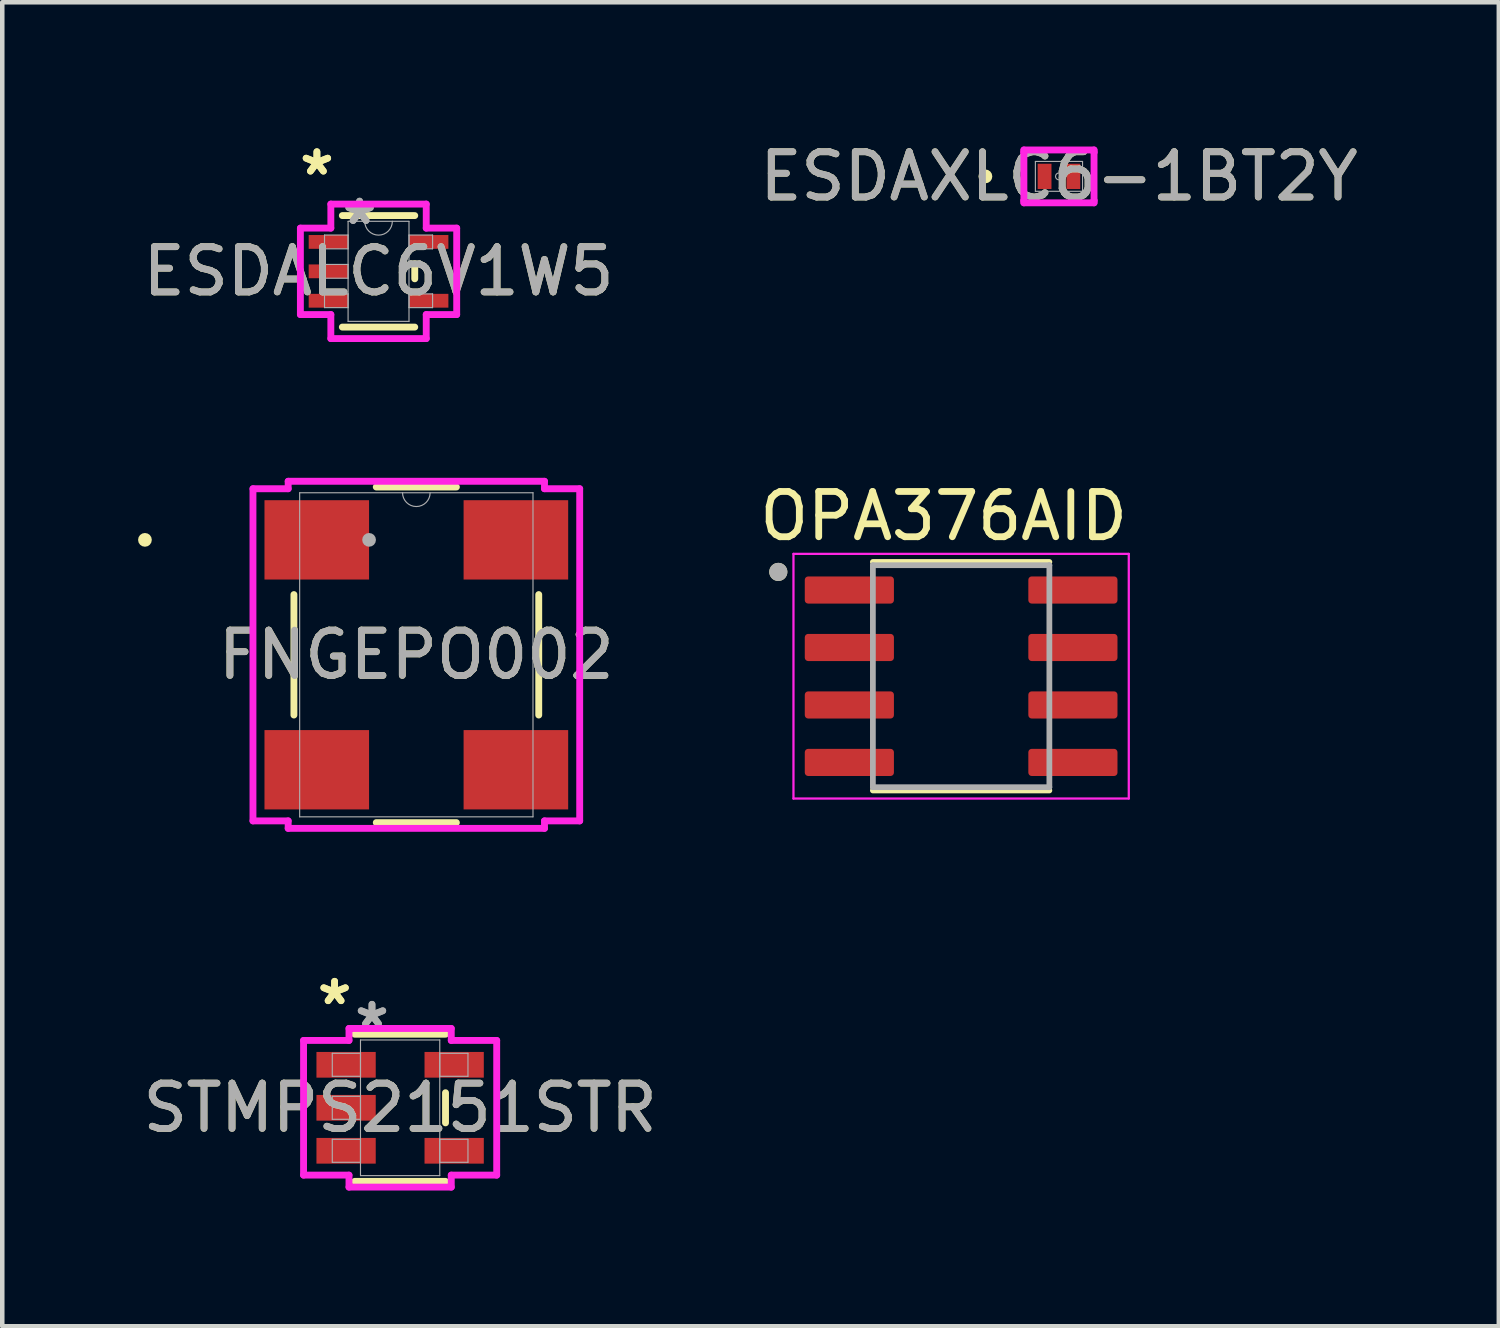
<source format=kicad_pcb>
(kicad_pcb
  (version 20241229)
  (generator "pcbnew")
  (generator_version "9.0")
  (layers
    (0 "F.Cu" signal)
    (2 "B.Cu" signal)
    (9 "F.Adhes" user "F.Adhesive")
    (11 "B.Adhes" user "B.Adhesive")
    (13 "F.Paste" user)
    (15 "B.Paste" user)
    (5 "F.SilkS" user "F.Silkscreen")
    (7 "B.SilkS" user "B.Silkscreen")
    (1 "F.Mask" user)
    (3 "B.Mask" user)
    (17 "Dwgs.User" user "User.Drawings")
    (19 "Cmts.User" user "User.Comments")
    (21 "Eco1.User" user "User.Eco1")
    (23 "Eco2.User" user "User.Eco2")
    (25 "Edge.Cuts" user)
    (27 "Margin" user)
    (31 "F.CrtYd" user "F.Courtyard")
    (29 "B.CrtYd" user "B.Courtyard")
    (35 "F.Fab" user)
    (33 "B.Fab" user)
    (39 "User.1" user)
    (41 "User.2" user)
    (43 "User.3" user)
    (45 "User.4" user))
  (footprint "OPA376AID"
    (layer "F.Cu")
    (at 18.189 11.893)
    (property "Reference" "OPA376AID" (at -0.385 -3.537 0) (layer "F.SilkS") (effects (font (size 1 1) (thickness 0.15))))
    (attr smd)
    (fp_line (start -1.95 -2.525) (end 1.95 -2.525) (stroke (width 0.127) (type solid)) (layer "F.SilkS"))
    (fp_line (start -1.95 2.525) (end 1.95 2.525) (stroke (width 0.127) (type solid)) (layer "F.SilkS"))
    (fp_circle (center -4.04 -2.305) (end -3.94 -2.305) (stroke (width 0.2) (type solid)) (fill no) (layer "F.SilkS"))
    (fp_line (start -3.705 -2.703) (end -3.705 2.703) (stroke (width 0.05) (type solid)) (layer "F.CrtYd"))
    (fp_line (start -3.705 -2.703) (end 3.705 -2.703) (stroke (width 0.05) (type solid)) (layer "F.CrtYd"))
    (fp_line (start -3.705 2.703) (end 3.705 2.703) (stroke (width 0.05) (type solid)) (layer "F.CrtYd"))
    (fp_line (start 3.705 -2.703) (end 3.705 2.703) (stroke (width 0.05) (type solid)) (layer "F.CrtYd"))
    (fp_line (start -1.95 -2.453) (end -1.95 2.453) (stroke (width 0.127) (type solid)) (layer "F.Fab"))
    (fp_line (start -1.95 -2.453) (end 1.95 -2.453) (stroke (width 0.127) (type solid)) (layer "F.Fab"))
    (fp_line (start -1.95 2.453) (end 1.95 2.453) (stroke (width 0.127) (type solid)) (layer "F.Fab"))
    (fp_line (start 1.95 -2.453) (end 1.95 2.453) (stroke (width 0.127) (type solid)) (layer "F.Fab"))
    (fp_circle (center -4.04 -2.305) (end -3.94 -2.305) (stroke (width 0.2) (type solid)) (fill no) (layer "F.Fab"))
    (pad "1" smd roundrect (at -2.47 -1.905) (size 1.97 0.6) (layers "F.Cu" "F.Mask" "F.Paste") (roundrect_rratio 0.125))
    (pad "2" smd roundrect (at -2.47 -0.635) (size 1.97 0.6) (layers "F.Cu" "F.Mask" "F.Paste") (roundrect_rratio 0.125))
    (pad "3" smd roundrect (at -2.47 0.635) (size 1.97 0.6) (layers "F.Cu" "F.Mask" "F.Paste") (roundrect_rratio 0.125))
    (pad "4" smd roundrect (at -2.47 1.905) (size 1.97 0.6) (layers "F.Cu" "F.Mask" "F.Paste") (roundrect_rratio 0.125))
    (pad "5" smd roundrect (at 2.47 1.905) (size 1.97 0.6) (layers "F.Cu" "F.Mask" "F.Paste") (roundrect_rratio 0.125))
    (pad "6" smd roundrect (at 2.47 0.635) (size 1.97 0.6) (layers "F.Cu" "F.Mask" "F.Paste") (roundrect_rratio 0.125))
    (pad "7" smd roundrect (at 2.47 -0.635) (size 1.97 0.6) (layers "F.Cu" "F.Mask" "F.Paste") (roundrect_rratio 0.125))
    (pad "8" smd roundrect (at 2.47 -1.905) (size 1.97 0.6) (layers "F.Cu" "F.Mask" "F.Paste") (roundrect_rratio 0.125)))
  (footprint "ESDALC6V1W5"
    (layer "F.Cu")
    (at 5.315 2.946)
    (property "Reference" "ESDALC6V1W5" (at 0 0 0) (unlocked yes) (layer "F.SilkS") (effects (font (size 1 1) (thickness 0.15))))
    (attr smd)
    (fp_line (start -0.8 1.232) (end 0.8 1.232) (stroke (width 0.152) (type solid)) (layer "F.SilkS"))
    (fp_line (start 0.8 -1.232) (end -0.8 -1.232) (stroke (width 0.152) (type solid)) (layer "F.SilkS"))
    (fp_line (start 0.8 0.165) (end 0.8 -0.165) (stroke (width 0.152) (type solid)) (layer "F.SilkS"))
    (fp_line (start -1.727 -0.955) (end -1.054 -0.955) (stroke (width 0.152) (type solid)) (layer "F.CrtYd"))
    (fp_line (start -1.727 0.955) (end -1.727 -0.955) (stroke (width 0.152) (type solid)) (layer "F.CrtYd"))
    (fp_line (start -1.054 -1.486) (end 1.054 -1.486) (stroke (width 0.152) (type solid)) (layer "F.CrtYd"))
    (fp_line (start -1.054 -0.955) (end -1.054 -1.486) (stroke (width 0.152) (type solid)) (layer "F.CrtYd"))
    (fp_line (start -1.054 0.955) (end -1.727 0.955) (stroke (width 0.152) (type solid)) (layer "F.CrtYd"))
    (fp_line (start -1.054 1.486) (end -1.054 0.955) (stroke (width 0.152) (type solid)) (layer "F.CrtYd"))
    (fp_line (start 1.054 -1.486) (end 1.054 -0.955) (stroke (width 0.152) (type solid)) (layer "F.CrtYd"))
    (fp_line (start 1.054 -0.955) (end 1.727 -0.955) (stroke (width 0.152) (type solid)) (layer "F.CrtYd"))
    (fp_line (start 1.054 0.955) (end 1.054 1.486) (stroke (width 0.152) (type solid)) (layer "F.CrtYd"))
    (fp_line (start 1.054 1.486) (end -1.054 1.486) (stroke (width 0.152) (type solid)) (layer "F.CrtYd"))
    (fp_line (start 1.727 -0.955) (end 1.727 0.955) (stroke (width 0.152) (type solid)) (layer "F.CrtYd"))
    (fp_line (start 1.727 0.955) (end 1.054 0.955) (stroke (width 0.152) (type solid)) (layer "F.CrtYd"))
    (fp_line (start -1.194 -0.802) (end -1.194 -0.498) (stroke (width 0.025) (type solid)) (layer "F.Fab"))
    (fp_line (start -1.194 -0.498) (end -0.673 -0.498) (stroke (width 0.025) (type solid)) (layer "F.Fab"))
    (fp_line (start -1.194 -0.152) (end -1.194 0.152) (stroke (width 0.025) (type solid)) (layer "F.Fab"))
    (fp_line (start -1.194 0.152) (end -0.673 0.152) (stroke (width 0.025) (type solid)) (layer "F.Fab"))
    (fp_line (start -1.194 0.498) (end -1.194 0.802) (stroke (width 0.025) (type solid)) (layer "F.Fab"))
    (fp_line (start -1.194 0.802) (end -0.673 0.802) (stroke (width 0.025) (type solid)) (layer "F.Fab"))
    (fp_line (start -0.673 -1.105) (end -0.673 1.105) (stroke (width 0.025) (type solid)) (layer "F.Fab"))
    (fp_line (start -0.673 -0.802) (end -1.194 -0.802) (stroke (width 0.025) (type solid)) (layer "F.Fab"))
    (fp_line (start -0.673 -0.498) (end -0.673 -0.802) (stroke (width 0.025) (type solid)) (layer "F.Fab"))
    (fp_line (start -0.673 -0.152) (end -1.194 -0.152) (stroke (width 0.025) (type solid)) (layer "F.Fab"))
    (fp_line (start -0.673 0.152) (end -0.673 -0.152) (stroke (width 0.025) (type solid)) (layer "F.Fab"))
    (fp_line (start -0.673 0.498) (end -1.194 0.498) (stroke (width 0.025) (type solid)) (layer "F.Fab"))
    (fp_line (start -0.673 0.802) (end -0.673 0.498) (stroke (width 0.025) (type solid)) (layer "F.Fab"))
    (fp_line (start -0.673 1.105) (end 0.673 1.105) (stroke (width 0.025) (type solid)) (layer "F.Fab"))
    (fp_line (start 0.673 -1.105) (end -0.673 -1.105) (stroke (width 0.025) (type solid)) (layer "F.Fab"))
    (fp_line (start 0.673 -0.802) (end 0.673 -0.498) (stroke (width 0.025) (type solid)) (layer "F.Fab"))
    (fp_line (start 0.673 -0.498) (end 1.194 -0.498) (stroke (width 0.025) (type solid)) (layer "F.Fab"))
    (fp_line (start 0.673 0.498) (end 0.673 0.802) (stroke (width 0.025) (type solid)) (layer "F.Fab"))
    (fp_line (start 0.673 0.802) (end 1.194 0.802) (stroke (width 0.025) (type solid)) (layer "F.Fab"))
    (fp_line (start 0.673 1.105) (end 0.673 -1.105) (stroke (width 0.025) (type solid)) (layer "F.Fab"))
    (fp_line (start 1.194 -0.802) (end 0.673 -0.802) (stroke (width 0.025) (type solid)) (layer "F.Fab"))
    (fp_line (start 1.194 -0.498) (end 1.194 -0.802) (stroke (width 0.025) (type solid)) (layer "F.Fab"))
    (fp_line (start 1.194 0.498) (end 0.673 0.498) (stroke (width 0.025) (type solid)) (layer "F.Fab"))
    (fp_line (start 1.194 0.802) (end 1.194 0.498) (stroke (width 0.025) (type solid)) (layer "F.Fab"))
    (fp_arc (start 0.3048 -1.1049) (mid 0 -0.8001) (end -0.3048 -1.1049) (stroke (width 0.0254) (type solid)) (layer "F.Fab"))
    (fp_text user "*" (at -1.362 -2.098 0) (layer "F.SilkS") (effects (font (size 1 1) (thickness 0.15))))
    (fp_text user "*" (at -1.362 -2.098 0) (unlocked yes) (layer "F.SilkS") (effects (font (size 1 1) (thickness 0.15))))
    (fp_text user "${REFERENCE}" (at 0 0 0) (unlocked yes) (layer "F.Fab") (effects (font (size 1 1) (thickness 0.15))))
    (fp_text user "*" (at -0.419 -1.006 0) (layer "F.Fab") (effects (font (size 1 1) (thickness 0.15))))
    (fp_text user "*" (at -0.419 -1.006 0) (unlocked yes) (layer "F.Fab") (effects (font (size 1 1) (thickness 0.15))))
    (pad "1" smd rect (at -1.108 -0.65) (size 0.871 0.305) (layers "F.Cu" "F.Mask" "F.Paste"))
    (pad "2" smd rect (at -1.108 0) (size 0.871 0.305) (layers "F.Cu" "F.Mask" "F.Paste"))
    (pad "3" smd rect (at -1.108 0.65) (size 0.871 0.305) (layers "F.Cu" "F.Mask" "F.Paste"))
    (pad "4" smd rect (at 1.108 0.65) (size 0.871 0.305) (layers "F.Cu" "F.Mask" "F.Paste"))
    (pad "5" smd rect (at 1.108 -0.65) (size 0.871 0.305) (layers "F.Cu" "F.Mask" "F.Paste")))
  (footprint "ESDAXLC6-1BT2Y"
    (layer "F.Cu")
    (at 20.351 0.848)
    (property "Reference" "ESDAXLC6-1BT2Y" (at 0 0 0) (unlocked yes) (layer "F.SilkS") (effects (font (size 1 1) (thickness 0.15))))
    (attr smd)
    (fp_circle (center -1.626 0) (end -1.549 0) (stroke (width 0.152) (type solid)) (fill no) (layer "F.SilkS"))
    (fp_line (start -0.775 -0.584) (end 0.775 -0.584) (stroke (width 0.152) (type solid)) (layer "F.CrtYd"))
    (fp_line (start -0.775 -0.533) (end -0.775 -0.584) (stroke (width 0.152) (type solid)) (layer "F.CrtYd"))
    (fp_line (start -0.775 -0.533) (end -0.775 -0.533) (stroke (width 0.152) (type solid)) (layer "F.CrtYd"))
    (fp_line (start -0.775 0.533) (end -0.775 -0.533) (stroke (width 0.152) (type solid)) (layer "F.CrtYd"))
    (fp_line (start -0.775 0.533) (end -0.775 0.533) (stroke (width 0.152) (type solid)) (layer "F.CrtYd"))
    (fp_line (start -0.775 0.584) (end -0.775 0.533) (stroke (width 0.152) (type solid)) (layer "F.CrtYd"))
    (fp_line (start 0.775 -0.584) (end 0.775 -0.533) (stroke (width 0.152) (type solid)) (layer "F.CrtYd"))
    (fp_line (start 0.775 -0.533) (end 0.775 -0.533) (stroke (width 0.152) (type solid)) (layer "F.CrtYd"))
    (fp_line (start 0.775 -0.533) (end 0.775 0.533) (stroke (width 0.152) (type solid)) (layer "F.CrtYd"))
    (fp_line (start 0.775 0.533) (end 0.775 0.533) (stroke (width 0.152) (type solid)) (layer "F.CrtYd"))
    (fp_line (start 0.775 0.533) (end 0.775 0.584) (stroke (width 0.152) (type solid)) (layer "F.CrtYd"))
    (fp_line (start 0.775 0.584) (end -0.775 0.584) (stroke (width 0.152) (type solid)) (layer "F.CrtYd"))
    (fp_line (start -0.521 -0.33) (end -0.521 0.33) (stroke (width 0.025) (type solid)) (layer "F.Fab"))
    (fp_line (start -0.521 0.33) (end 0.521 0.33) (stroke (width 0.025) (type solid)) (layer "F.Fab"))
    (fp_line (start 0.521 -0.33) (end -0.521 -0.33) (stroke (width 0.025) (type solid)) (layer "F.Fab"))
    (fp_line (start 0.521 0.33) (end 0.521 -0.33) (stroke (width 0.025) (type solid)) (layer "F.Fab"))
    (fp_circle (center 0 0) (end 0.076 0) (stroke (width 0.025) (type solid)) (fill no) (layer "F.Fab"))
    (fp_text user "${REFERENCE}" (at 0 0 0) (unlocked yes) (layer "F.Fab") (effects (font (size 1 1) (thickness 0.15))))
    (pad "1" smd rect (at -0.318 0) (size 0.305 0.559) (layers "F.Cu" "F.Mask" "F.Paste"))
    (pad "2" smd rect (at 0.318 0) (size 0.305 0.559) (layers "F.Cu" "F.Mask" "F.Paste")))
  (footprint "FNGEPO002"
    (layer "F.Cu")
    (at 6.15 11.42)
    (property "Reference" "FNGEPO002" (at 0 0 0) (unlocked yes) (layer "F.SilkS") (effects (font (size 1 1) (thickness 0.15))))
    (attr smd)
    (fp_line (start -2.705 -1.331) (end -2.705 1.331) (stroke (width 0.152) (type solid)) (layer "F.SilkS"))
    (fp_line (start -0.885 3.708) (end 0.885 3.708) (stroke (width 0.152) (type solid)) (layer "F.SilkS"))
    (fp_line (start 0.885 -3.708) (end -0.885 -3.708) (stroke (width 0.152) (type solid)) (layer "F.SilkS"))
    (fp_line (start 2.705 1.331) (end 2.705 -1.331) (stroke (width 0.152) (type solid)) (layer "F.SilkS"))
    (fp_circle (center -5.997 -2.54) (end -5.921 -2.54) (stroke (width 0.152) (type solid)) (fill no) (layer "F.SilkS"))
    (fp_line (start -3.61 -3.67) (end -2.832 -3.67) (stroke (width 0.152) (type solid)) (layer "F.CrtYd"))
    (fp_line (start -3.61 3.67) (end -3.61 -3.67) (stroke (width 0.152) (type solid)) (layer "F.CrtYd"))
    (fp_line (start -3.61 3.67) (end -2.832 3.67) (stroke (width 0.152) (type solid)) (layer "F.CrtYd"))
    (fp_line (start -2.832 -3.835) (end 2.832 -3.835) (stroke (width 0.152) (type solid)) (layer "F.CrtYd"))
    (fp_line (start -2.832 -3.67) (end -2.832 -3.835) (stroke (width 0.152) (type solid)) (layer "F.CrtYd"))
    (fp_line (start -2.832 3.835) (end -2.832 3.67) (stroke (width 0.152) (type solid)) (layer "F.CrtYd"))
    (fp_line (start 2.832 -3.835) (end 2.832 -3.67) (stroke (width 0.152) (type solid)) (layer "F.CrtYd"))
    (fp_line (start 2.832 3.67) (end 2.832 3.835) (stroke (width 0.152) (type solid)) (layer "F.CrtYd"))
    (fp_line (start 2.832 3.835) (end -2.832 3.835) (stroke (width 0.152) (type solid)) (layer "F.CrtYd"))
    (fp_line (start 3.61 -3.67) (end 2.832 -3.67) (stroke (width 0.152) (type solid)) (layer "F.CrtYd"))
    (fp_line (start 3.61 -3.67) (end 3.61 3.67) (stroke (width 0.152) (type solid)) (layer "F.CrtYd"))
    (fp_line (start 3.61 3.67) (end 2.832 3.67) (stroke (width 0.152) (type solid)) (layer "F.CrtYd"))
    (fp_line (start -2.578 -3.581) (end -2.578 3.581) (stroke (width 0.025) (type solid)) (layer "F.Fab"))
    (fp_line (start -2.578 3.581) (end 2.578 3.581) (stroke (width 0.025) (type solid)) (layer "F.Fab"))
    (fp_line (start 2.578 -3.581) (end -2.578 -3.581) (stroke (width 0.025) (type solid)) (layer "F.Fab"))
    (fp_line (start 2.578 3.581) (end 2.578 -3.581) (stroke (width 0.025) (type solid)) (layer "F.Fab"))
    (fp_arc (start 0.3048 -3.5814) (mid 0 -3.2766) (end -0.3048 -3.5814) (stroke (width 0.0254) (type solid)) (layer "F.Fab"))
    (fp_circle (center -1.044 -2.54) (end -1.044 -2.54) (stroke (width 0.152) (type solid)) (fill no) (layer "F.Fab"))
    (fp_text user "${REFERENCE}" (at 0 0 0) (unlocked yes) (layer "F.Fab") (effects (font (size 1 1) (thickness 0.15))))
    (pad "1" smd rect (at -2.2 -2.54) (size 2.311 1.753) (layers "F.Cu" "F.Mask" "F.Paste"))
    (pad "2" smd rect (at -2.2 2.54) (size 2.311 1.753) (layers "F.Cu" "F.Mask" "F.Paste"))
    (pad "3" smd rect (at 2.2 2.54) (size 2.311 1.753) (layers "F.Cu" "F.Mask" "F.Paste"))
    (pad "4" smd rect (at 2.2 -2.54) (size 2.311 1.753) (layers "F.Cu" "F.Mask" "F.Paste")))
  (footprint "STMPS2151STR"
    (layer "F.Cu")
    (at 5.792 21.43)
    (property "Reference" "STMPS2151STR" (at 0 0 0) (unlocked yes) (layer "F.SilkS") (effects (font (size 1 1) (thickness 0.15))))
    (attr smd)
    (fp_line (start -1.003 1.626) (end 1.003 1.626) (stroke (width 0.152) (type solid)) (layer "F.SilkS"))
    (fp_line (start 1.003 -1.626) (end -1.003 -1.626) (stroke (width 0.152) (type solid)) (layer "F.SilkS"))
    (fp_line (start 1.003 0.333) (end 1.003 -0.333) (stroke (width 0.152) (type solid)) (layer "F.SilkS"))
    (fp_line (start -2.134 -1.488) (end -1.13 -1.488) (stroke (width 0.152) (type solid)) (layer "F.CrtYd"))
    (fp_line (start -2.134 1.488) (end -2.134 -1.488) (stroke (width 0.152) (type solid)) (layer "F.CrtYd"))
    (fp_line (start -1.13 -1.753) (end 1.13 -1.753) (stroke (width 0.152) (type solid)) (layer "F.CrtYd"))
    (fp_line (start -1.13 -1.488) (end -1.13 -1.753) (stroke (width 0.152) (type solid)) (layer "F.CrtYd"))
    (fp_line (start -1.13 1.488) (end -2.134 1.488) (stroke (width 0.152) (type solid)) (layer "F.CrtYd"))
    (fp_line (start -1.13 1.753) (end -1.13 1.488) (stroke (width 0.152) (type solid)) (layer "F.CrtYd"))
    (fp_line (start 1.13 -1.753) (end 1.13 -1.488) (stroke (width 0.152) (type solid)) (layer "F.CrtYd"))
    (fp_line (start 1.13 -1.488) (end 2.134 -1.488) (stroke (width 0.152) (type solid)) (layer "F.CrtYd"))
    (fp_line (start 1.13 1.488) (end 1.13 1.753) (stroke (width 0.152) (type solid)) (layer "F.CrtYd"))
    (fp_line (start 1.13 1.753) (end -1.13 1.753) (stroke (width 0.152) (type solid)) (layer "F.CrtYd"))
    (fp_line (start 2.134 -1.488) (end 2.134 1.488) (stroke (width 0.152) (type solid)) (layer "F.CrtYd"))
    (fp_line (start 2.134 1.488) (end 1.13 1.488) (stroke (width 0.152) (type solid)) (layer "F.CrtYd"))
    (fp_line (start -1.499 -1.204) (end -1.499 -0.696) (stroke (width 0.025) (type solid)) (layer "F.Fab"))
    (fp_line (start -1.499 -0.696) (end -0.876 -0.696) (stroke (width 0.025) (type solid)) (layer "F.Fab"))
    (fp_line (start -1.499 -0.254) (end -1.499 0.254) (stroke (width 0.025) (type solid)) (layer "F.Fab"))
    (fp_line (start -1.499 0.254) (end -0.876 0.254) (stroke (width 0.025) (type solid)) (layer "F.Fab"))
    (fp_line (start -1.499 0.696) (end -1.499 1.204) (stroke (width 0.025) (type solid)) (layer "F.Fab"))
    (fp_line (start -1.499 1.204) (end -0.876 1.204) (stroke (width 0.025) (type solid)) (layer "F.Fab"))
    (fp_line (start -0.876 -1.499) (end -0.876 1.499) (stroke (width 0.025) (type solid)) (layer "F.Fab"))
    (fp_line (start -0.876 -1.204) (end -1.499 -1.204) (stroke (width 0.025) (type solid)) (layer "F.Fab"))
    (fp_line (start -0.876 -0.696) (end -0.876 -1.204) (stroke (width 0.025) (type solid)) (layer "F.Fab"))
    (fp_line (start -0.876 -0.254) (end -1.499 -0.254) (stroke (width 0.025) (type solid)) (layer "F.Fab"))
    (fp_line (start -0.876 0.254) (end -0.876 -0.254) (stroke (width 0.025) (type solid)) (layer "F.Fab"))
    (fp_line (start -0.876 0.696) (end -1.499 0.696) (stroke (width 0.025) (type solid)) (layer "F.Fab"))
    (fp_line (start -0.876 1.204) (end -0.876 0.696) (stroke (width 0.025) (type solid)) (layer "F.Fab"))
    (fp_line (start -0.876 1.499) (end 0.876 1.499) (stroke (width 0.025) (type solid)) (layer "F.Fab"))
    (fp_line (start 0.876 -1.499) (end -0.876 -1.499) (stroke (width 0.025) (type solid)) (layer "F.Fab"))
    (fp_line (start 0.876 -1.204) (end 0.876 -0.696) (stroke (width 0.025) (type solid)) (layer "F.Fab"))
    (fp_line (start 0.876 -0.696) (end 1.499 -0.696) (stroke (width 0.025) (type solid)) (layer "F.Fab"))
    (fp_line (start 0.876 0.696) (end 0.876 1.204) (stroke (width 0.025) (type solid)) (layer "F.Fab"))
    (fp_line (start 0.876 1.204) (end 1.499 1.204) (stroke (width 0.025) (type solid)) (layer "F.Fab"))
    (fp_line (start 0.876 1.499) (end 0.876 -1.499) (stroke (width 0.025) (type solid)) (layer "F.Fab"))
    (fp_line (start 1.499 -1.204) (end 0.876 -1.204) (stroke (width 0.025) (type solid)) (layer "F.Fab"))
    (fp_line (start 1.499 -0.696) (end 1.499 -1.204) (stroke (width 0.025) (type solid)) (layer "F.Fab"))
    (fp_line (start 1.499 0.696) (end 0.876 0.696) (stroke (width 0.025) (type solid)) (layer "F.Fab"))
    (fp_line (start 1.499 1.204) (end 1.499 0.696) (stroke (width 0.025) (type solid)) (layer "F.Fab"))
    (fp_text user "*" (at -1.448 -2.25 0) (unlocked yes) (layer "F.SilkS") (effects (font (size 1 1) (thickness 0.15))))
    (fp_text user "*" (at -1.448 -2.25 0) (layer "F.SilkS") (effects (font (size 1 1) (thickness 0.15))))
    (fp_text user "*" (at -0.622 -1.742 0) (layer "F.Fab") (effects (font (size 1 1) (thickness 0.15))))
    (fp_text user "*" (at -0.622 -1.742 0) (unlocked yes) (layer "F.Fab") (effects (font (size 1 1) (thickness 0.15))))
    (fp_text user "${REFERENCE}" (at 0 0 0) (unlocked yes) (layer "F.Fab") (effects (font (size 1 1) (thickness 0.15))))
    (pad "1" smd rect (at -1.194 -0.95) (size 1.31 0.568) (layers "F.Cu" "F.Mask" "F.Paste"))
    (pad "2" smd rect (at -1.194 0) (size 1.31 0.568) (layers "F.Cu" "F.Mask" "F.Paste"))
    (pad "3" smd rect (at -1.194 0.95) (size 1.31 0.568) (layers "F.Cu" "F.Mask" "F.Paste"))
    (pad "4" smd rect (at 1.194 0.95) (size 1.31 0.568) (layers "F.Cu" "F.Mask" "F.Paste"))
    (pad "5" smd rect (at 1.194 -0.95) (size 1.31 0.568) (layers "F.Cu" "F.Mask" "F.Paste")))
  (gr_rect
    (start -3 -3)
    (end 30.071 26.258)
    (stroke (width 0.1) (type default))
    (fill no)
    (layer "Edge.Cuts")))
</source>
